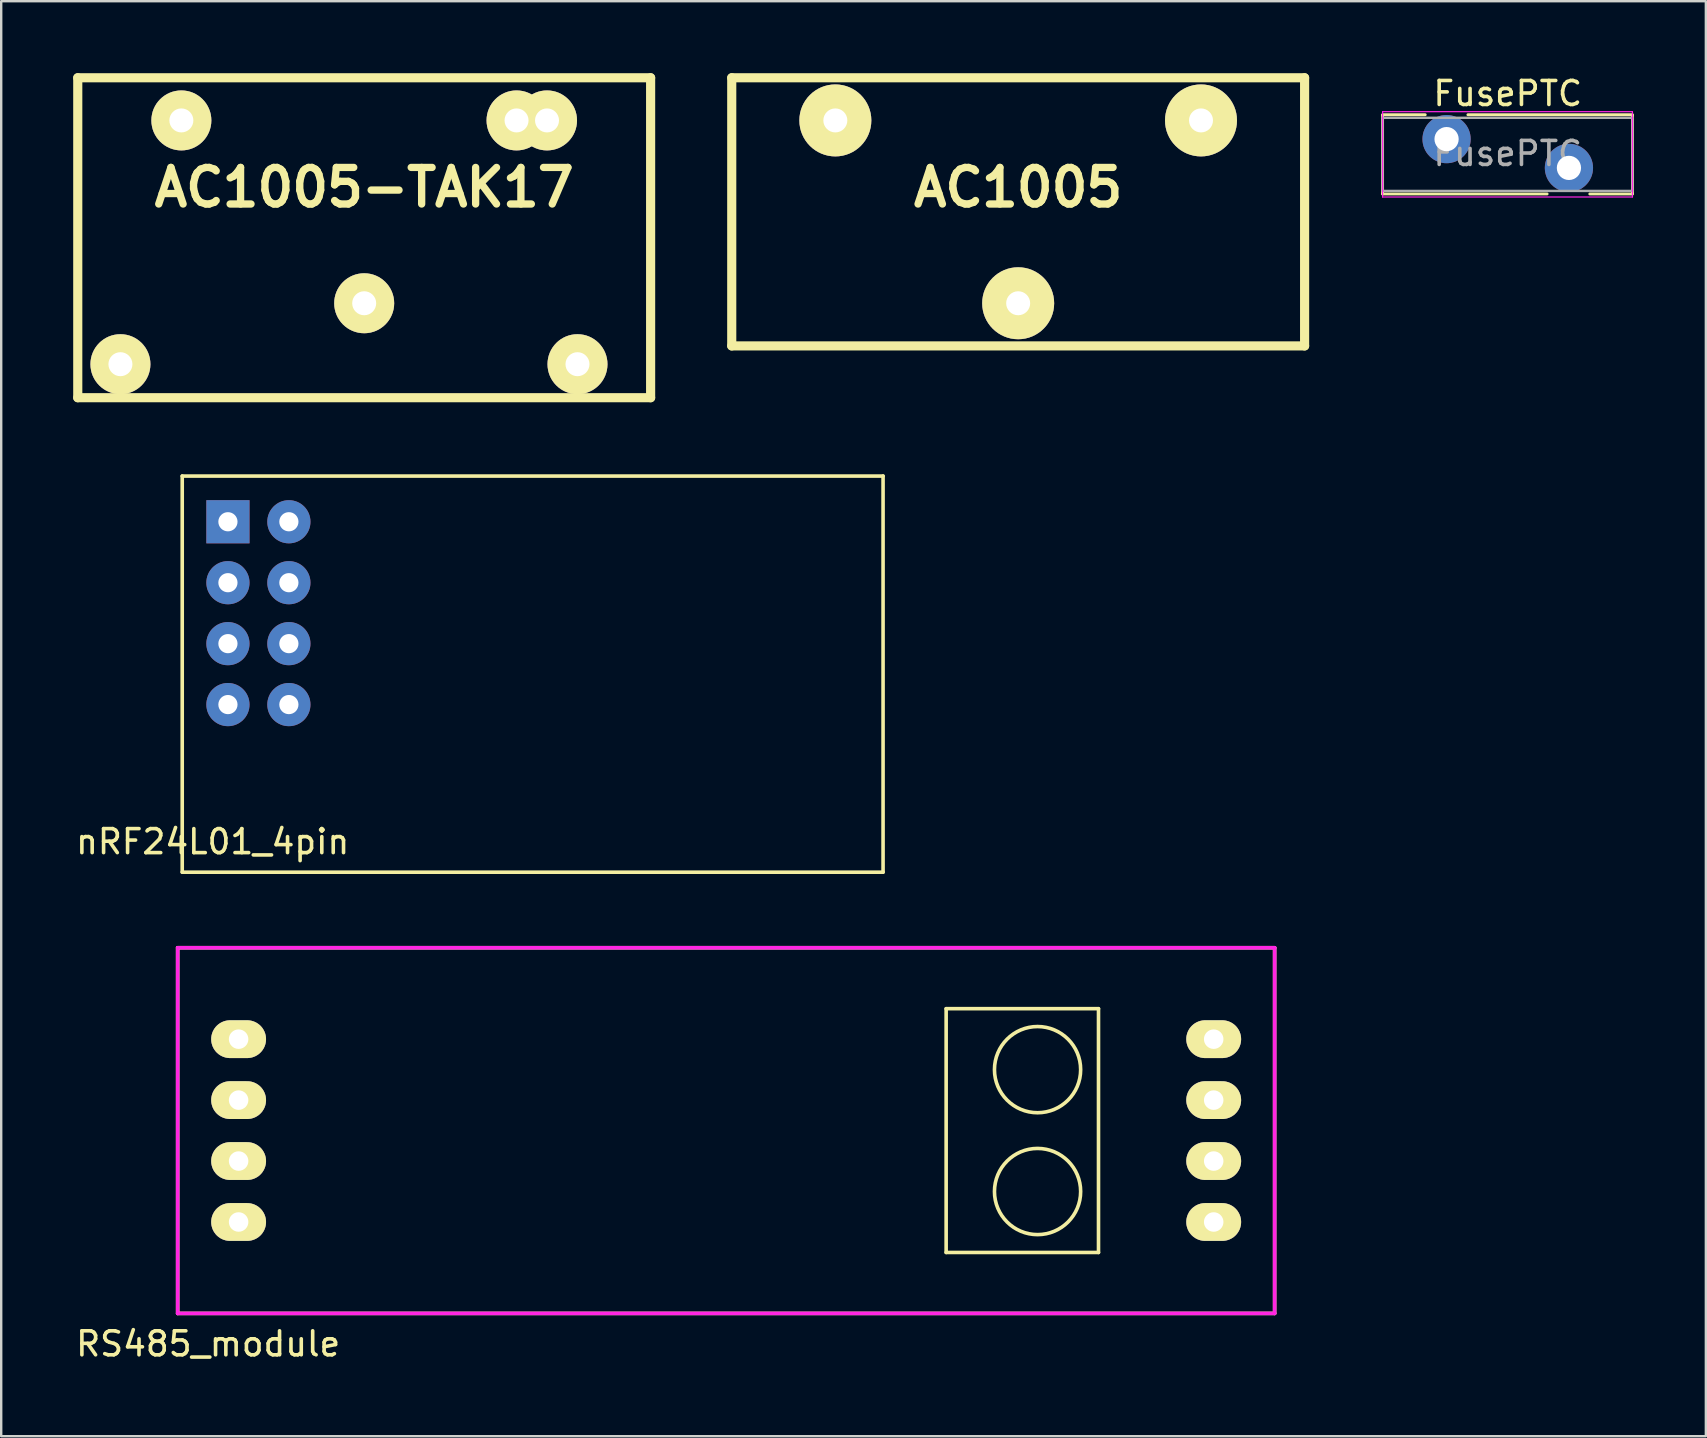
<source format=kicad_pcb>
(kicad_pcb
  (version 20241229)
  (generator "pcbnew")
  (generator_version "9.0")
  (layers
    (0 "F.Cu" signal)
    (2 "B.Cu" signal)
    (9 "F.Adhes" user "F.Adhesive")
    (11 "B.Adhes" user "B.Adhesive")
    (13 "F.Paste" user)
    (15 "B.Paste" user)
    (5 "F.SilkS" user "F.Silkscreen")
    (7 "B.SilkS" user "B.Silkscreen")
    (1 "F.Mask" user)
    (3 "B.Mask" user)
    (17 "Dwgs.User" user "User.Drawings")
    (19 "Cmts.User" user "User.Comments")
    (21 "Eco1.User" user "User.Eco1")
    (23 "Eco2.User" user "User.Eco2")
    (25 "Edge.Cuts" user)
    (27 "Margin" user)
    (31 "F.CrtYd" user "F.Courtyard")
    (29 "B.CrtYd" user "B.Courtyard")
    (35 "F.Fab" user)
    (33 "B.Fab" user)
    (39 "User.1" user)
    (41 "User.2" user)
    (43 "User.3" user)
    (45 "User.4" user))
  (footprint "AC1005"
    (layer "F.Cu")
    (at 39.386 5.779)
    (property "Reference" "AC1005" (at 0 -1.016 0) (layer "F.SilkS") (effects (font (size 1.524 1.524) (thickness 0.305))))
    (attr through_hole)
    (fp_line (start -11.938 -5.588) (end -11.938 5.588) (stroke (width 0.381) (type solid)) (layer "F.SilkS"))
    (fp_line (start -11.938 5.588) (end 11.938 5.588) (stroke (width 0.381) (type solid)) (layer "F.SilkS"))
    (fp_line (start 11.938 -5.588) (end -11.938 -5.588) (stroke (width 0.381) (type solid)) (layer "F.SilkS"))
    (fp_line (start 11.938 5.588) (end 11.938 -5.588) (stroke (width 0.381) (type solid)) (layer "F.SilkS"))
    (pad "1" thru_hole circle (at -7.62 -3.81) (size 3 3) (drill 1) (layers "*.Cu" "*.Mask" "F.SilkS"))
    (pad "2" thru_hole circle (at 7.62 -3.81) (size 3 3) (drill 1) (layers "*.Cu" "*.Mask" "F.SilkS"))
    (pad "3" thru_hole circle (at 0 3.81) (size 3 3) (drill 1) (layers "*.Cu" "*.Mask" "F.SilkS")))
  (footprint "FusePTC"
    (layer "F.Cu")
    (at 57.241 2.748)
    (property "Reference" "FusePTC" (at 2.55 -1.9 0) (layer "F.SilkS") (effects (font (size 1 1) (thickness 0.15))))
    (attr through_hole)
    (fp_line (start -2.667 -1.016) (end -0.889 -1.016) (stroke (width 0.12) (type solid)) (layer "F.SilkS"))
    (fp_line (start -2.667 -1) (end -2.667 2.286) (stroke (width 0.12) (type solid)) (layer "F.SilkS"))
    (fp_line (start -2.667 2.286) (end 4.191 2.286) (stroke (width 0.12) (type solid)) (layer "F.SilkS"))
    (fp_line (start 0.889 -1.016) (end 7.747 -1.016) (stroke (width 0.12) (type solid)) (layer "F.SilkS"))
    (fp_line (start 5.969 2.286) (end 7.747 2.286) (stroke (width 0.12) (type solid)) (layer "F.SilkS"))
    (fp_line (start 7.747 -1) (end 7.747 2.286) (stroke (width 0.12) (type solid)) (layer "F.SilkS"))
    (fp_line (start -2.667 -1.143) (end -2.667 2.413) (stroke (width 0.05) (type solid)) (layer "F.CrtYd"))
    (fp_line (start -2.667 2.413) (end 7.747 2.413) (stroke (width 0.05) (type solid)) (layer "F.CrtYd"))
    (fp_line (start 7.747 -1.143) (end -2.667 -1.143) (stroke (width 0.05) (type solid)) (layer "F.CrtYd"))
    (fp_line (start 7.747 2.413) (end 7.747 -1.143) (stroke (width 0.05) (type solid)) (layer "F.CrtYd"))
    (fp_line (start -2.667 -0.889) (end -2.667 2.111) (stroke (width 0.1) (type solid)) (layer "F.Fab"))
    (fp_line (start -2.667 2.159) (end 7.747 2.159) (stroke (width 0.1) (type solid)) (layer "F.Fab"))
    (fp_line (start 7.747 -0.889) (end -2.667 -0.889) (stroke (width 0.1) (type solid)) (layer "F.Fab"))
    (fp_line (start 7.747 2.111) (end 7.747 -0.889) (stroke (width 0.1) (type solid)) (layer "F.Fab"))
    (fp_text user "${REFERENCE}" (at 2.55 0.6 0) (layer "F.Fab") (effects (font (size 1 1) (thickness 0.15))))
    (pad "1" thru_hole circle (at 0 0) (size 2.01 2.01) (drill 1.01) (layers "*.Cu" "*.Mask"))
    (pad "2" thru_hole circle (at 5.1 1.2) (size 2.01 2.01) (drill 1.01) (layers "*.Cu" "*.Mask")))
  (footprint "nRF24L01_4pin"
    (layer "F.Cu")
    (at 6.45 18.696)
    (property "Reference" "nRF24L01_4pin" (at -0.635 13.335 0) (layer "F.SilkS") (effects (font (size 1 1) (thickness 0.15))))
    (attr through_hole)
    (fp_line (start -1.905 -1.905) (end -1.905 14.605) (stroke (width 0.15) (type solid)) (layer "F.SilkS"))
    (fp_line (start -1.905 14.605) (end 27.305 14.605) (stroke (width 0.15) (type solid)) (layer "F.SilkS"))
    (fp_line (start 27.305 -1.905) (end -1.905 -1.905) (stroke (width 0.15) (type solid)) (layer "F.SilkS"))
    (fp_line (start 27.305 14.605) (end 27.305 -1.905) (stroke (width 0.15) (type solid)) (layer "F.SilkS"))
    (pad "1" thru_hole rect (at 0 0) (size 1.8 1.8) (drill 0.8) (layers "*.Cu" "*.Mask"))
    (pad "2" thru_hole circle (at 2.54 0) (size 1.8 1.8) (drill 0.8) (layers "*.Cu" "*.Mask"))
    (pad "3" thru_hole circle (at 0 2.54) (size 1.8 1.8) (drill 0.8) (layers "*.Cu" "*.Mask"))
    (pad "4" thru_hole circle (at 2.54 2.54) (size 1.8 1.8) (drill 0.8) (layers "*.Cu" "*.Mask"))
    (pad "5" thru_hole circle (at 0 5.08) (size 1.8 1.8) (drill 0.8) (layers "*.Cu" "*.Mask"))
    (pad "6" thru_hole circle (at 2.54 5.08) (size 1.8 1.8) (drill 0.8) (layers "*.Cu" "*.Mask"))
    (pad "7" thru_hole circle (at 0 7.62) (size 1.8 1.8) (drill 0.8) (layers "*.Cu" "*.Mask"))
    (pad "8" thru_hole circle (at 2.54 7.62) (size 1.8 1.8) (drill 0.8) (layers "*.Cu" "*.Mask")))
  (footprint "AC1005-TAK17"
    (layer "F.Cu")
    (at 12.129 5.779)
    (property "Reference" "AC1005-TAK17" (at 0 -1.016 0) (layer "F.SilkS") (effects (font (size 1.524 1.524) (thickness 0.305))))
    (attr through_hole)
    (fp_line (start -11.938 -5.588) (end -11.938 7.747) (stroke (width 0.381) (type solid)) (layer "F.SilkS"))
    (fp_line (start -11.938 7.747) (end 11.938 7.747) (stroke (width 0.381) (type solid)) (layer "F.SilkS"))
    (fp_line (start 11.938 -5.588) (end -11.938 -5.588) (stroke (width 0.381) (type solid)) (layer "F.SilkS"))
    (fp_line (start 11.938 7.747) (end 11.938 -5.588) (stroke (width 0.381) (type solid)) (layer "F.SilkS"))
    (pad "" thru_hole circle (at -10.16 6.35) (size 2.5 2.5) (drill 1) (layers "*.Cu" "*.Mask" "F.SilkS"))
    (pad "" thru_hole circle (at 0 3.81) (size 2.5 2.5) (drill 1) (layers "*.Cu" "*.Mask" "F.SilkS"))
    (pad "" thru_hole circle (at 8.89 6.35) (size 2.5 2.5) (drill 1) (layers "*.Cu" "*.Mask" "F.SilkS"))
    (pad "1" thru_hole circle (at -7.62 -3.81) (size 2.5 2.5) (drill 1) (layers "*.Cu" "*.Mask" "F.SilkS"))
    (pad "2" thru_hole circle (at 6.35 -3.81) (size 2.5 2.5) (drill 1) (layers "*.Cu" "*.Mask" "F.SilkS"))
    (pad "2" thru_hole circle (at 7.62 -3.81) (size 2.5 2.5) (drill 1) (layers "*.Cu" "*.Mask" "F.SilkS")))
  (footprint "RS485_module"
    (layer "F.Cu")
    (at 6.895 40.261)
    (property "Reference" "RS485_module" (at -1.27 12.7 0) (layer "F.SilkS") (effects (font (size 1 1) (thickness 0.15))))
    (attr through_hole)
    (fp_line (start -2.54 -3.81) (end 43.18 -3.81) (stroke (width 0.15) (type solid)) (layer "F.SilkS"))
    (fp_line (start -2.54 11.43) (end -2.54 -3.81) (stroke (width 0.15) (type solid)) (layer "F.SilkS"))
    (fp_line (start 29.489 -1.27) (end 35.839 -1.27) (stroke (width 0.15) (type solid)) (layer "F.SilkS"))
    (fp_line (start 29.489 8.89) (end 29.489 -1.27) (stroke (width 0.15) (type solid)) (layer "F.SilkS"))
    (fp_line (start 35.839 -1.27) (end 35.839 8.89) (stroke (width 0.15) (type solid)) (layer "F.SilkS"))
    (fp_line (start 35.839 8.89) (end 29.489 8.89) (stroke (width 0.15) (type solid)) (layer "F.SilkS"))
    (fp_line (start 43.18 -3.81) (end 43.18 11.43) (stroke (width 0.15) (type solid)) (layer "F.SilkS"))
    (fp_line (start 43.18 11.43) (end -2.54 11.43) (stroke (width 0.15) (type solid)) (layer "F.SilkS"))
    (fp_circle (center 33.299 1.27) (end 34.569 2.54) (stroke (width 0.15) (type solid)) (fill no) (layer "F.SilkS"))
    (fp_circle (center 33.299 6.35) (end 34.569 7.62) (stroke (width 0.15) (type solid)) (fill no) (layer "F.SilkS"))
    (fp_line (start -2.54 -3.81) (end 43.18 -3.81) (stroke (width 0.15) (type solid)) (layer "F.CrtYd"))
    (fp_line (start -2.54 11.43) (end -2.54 -3.81) (stroke (width 0.15) (type solid)) (layer "F.CrtYd"))
    (fp_line (start 43.18 -3.81) (end 43.18 11.43) (stroke (width 0.15) (type solid)) (layer "F.CrtYd"))
    (fp_line (start 43.18 11.43) (end -2.54 11.43) (stroke (width 0.15) (type solid)) (layer "F.CrtYd"))
    (pad "1" thru_hole oval (at 0 7.62 90) (size 1.575 2.286) (drill 0.813) (layers "*.Cu" "*.Mask" "F.SilkS"))
    (pad "2" thru_hole oval (at 0 5.08 90) (size 1.575 2.286) (drill 0.813) (layers "*.Cu" "*.Mask" "F.SilkS"))
    (pad "3" thru_hole oval (at 0 2.54 90) (size 1.575 2.286) (drill 0.813) (layers "*.Cu" "*.Mask" "F.SilkS"))
    (pad "4" thru_hole oval (at 0 0 90) (size 1.575 2.286) (drill 0.813) (layers "*.Cu" "*.Mask" "F.SilkS"))
    (pad "5" thru_hole oval (at 40.64 7.62 90) (size 1.575 2.286) (drill 0.813) (layers "*.Cu" "*.Mask" "F.SilkS"))
    (pad "6" thru_hole oval (at 40.64 5.08 90) (size 1.575 2.286) (drill 0.813) (layers "*.Cu" "*.Mask" "F.SilkS"))
    (pad "7" thru_hole oval (at 40.64 2.54 90) (size 1.575 2.286) (drill 0.813) (layers "*.Cu" "*.Mask" "F.SilkS"))
    (pad "8" thru_hole oval (at 40.64 0 90) (size 1.575 2.286) (drill 0.813) (layers "*.Cu" "*.Mask" "F.SilkS")))
  (gr_rect
    (start -3 -3)
    (end 68.048 56.809)
    (stroke (width 0.1) (type default))
    (fill no)
    (layer "Edge.Cuts")))
</source>
